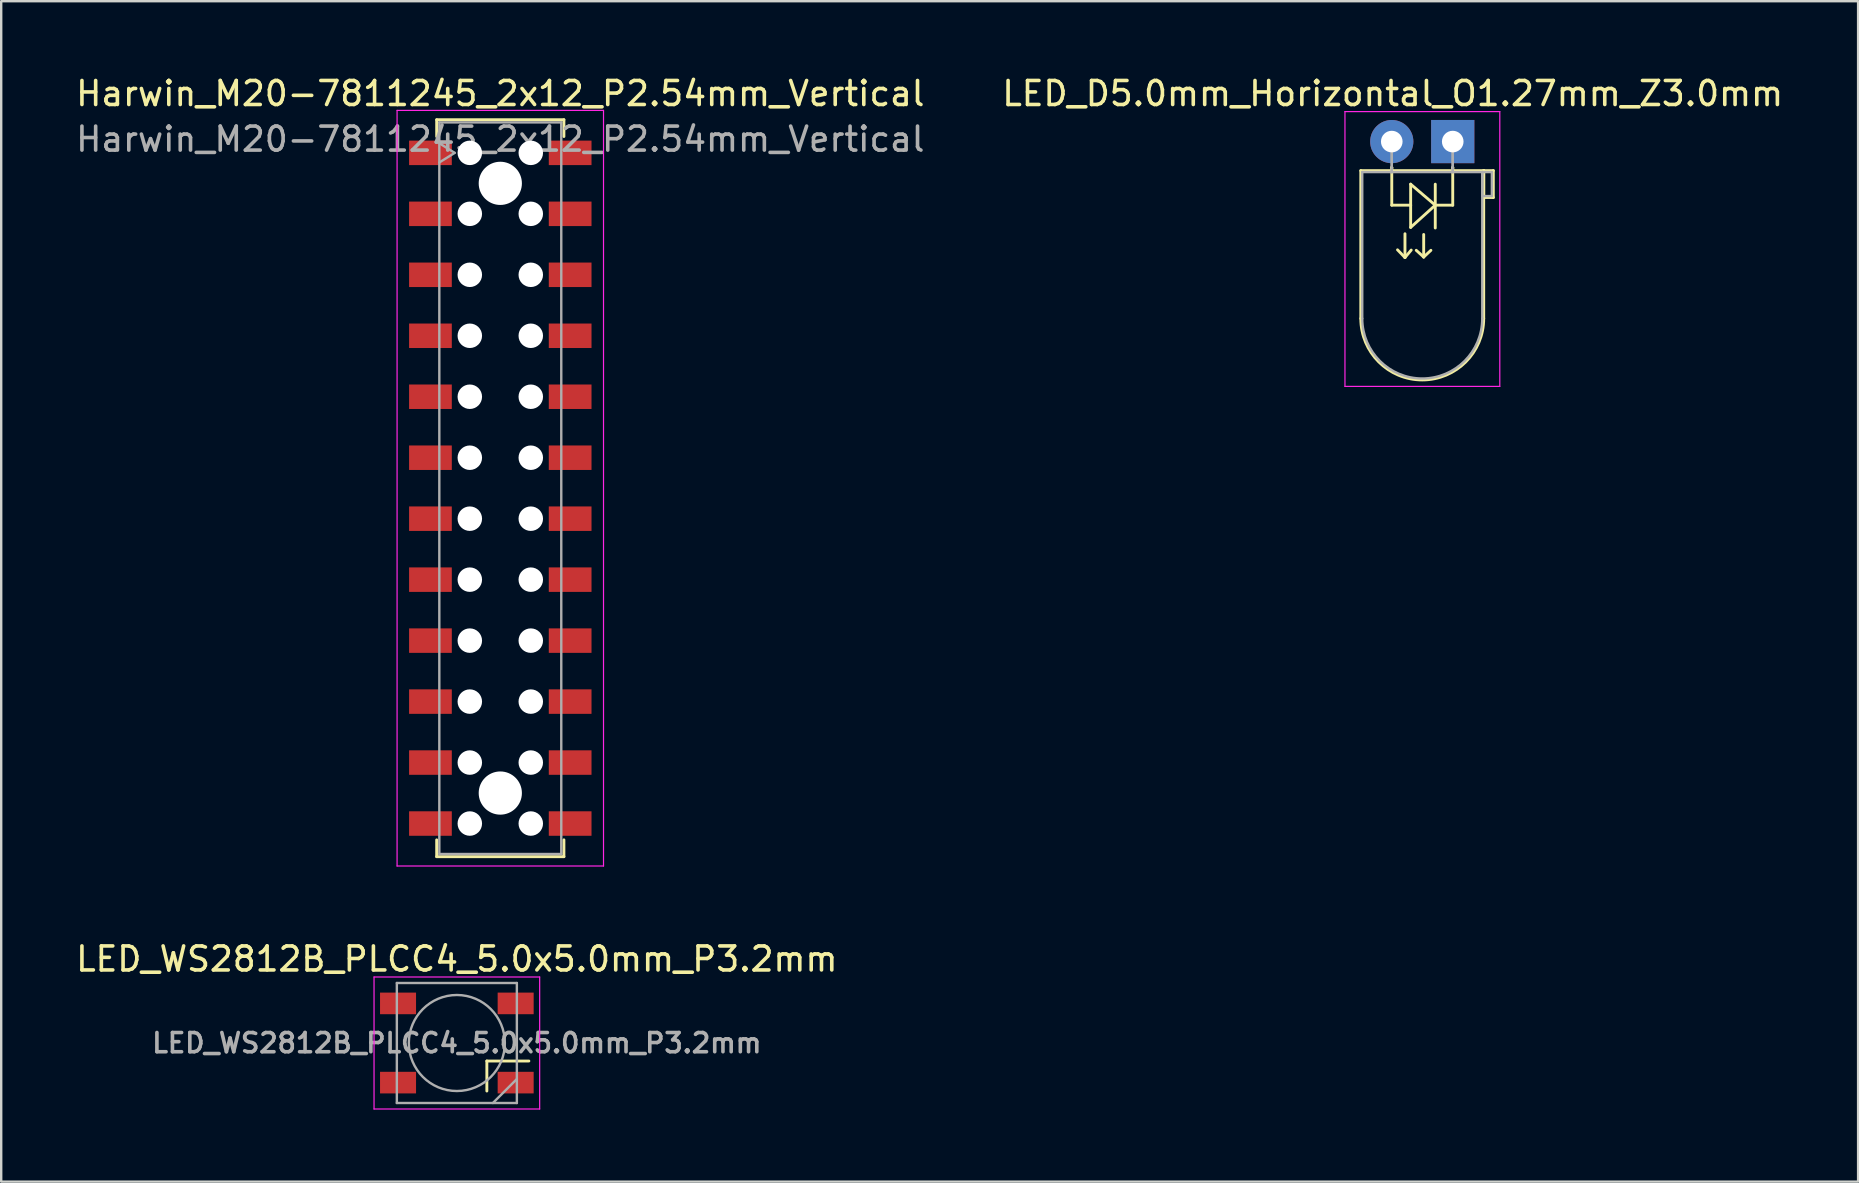
<source format=kicad_pcb>
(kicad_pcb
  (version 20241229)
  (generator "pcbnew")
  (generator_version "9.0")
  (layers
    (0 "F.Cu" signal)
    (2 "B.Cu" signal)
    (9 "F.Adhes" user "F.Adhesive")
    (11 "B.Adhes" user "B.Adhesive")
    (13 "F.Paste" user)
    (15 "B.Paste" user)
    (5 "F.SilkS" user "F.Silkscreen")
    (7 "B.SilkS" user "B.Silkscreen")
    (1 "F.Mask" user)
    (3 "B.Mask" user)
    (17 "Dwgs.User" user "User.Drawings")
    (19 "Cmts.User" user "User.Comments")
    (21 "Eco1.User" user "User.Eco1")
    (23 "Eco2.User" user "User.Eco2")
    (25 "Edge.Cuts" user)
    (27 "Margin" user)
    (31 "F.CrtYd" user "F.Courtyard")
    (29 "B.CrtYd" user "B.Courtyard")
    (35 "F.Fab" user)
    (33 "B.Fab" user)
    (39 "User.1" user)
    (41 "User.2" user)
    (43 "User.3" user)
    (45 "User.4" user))
  (footprint "LED_WS2812B_PLCC4_5.0x5.0mm_P3.2mm"
    (layer "F.Cu")
    (at 15.982 40.401)
    (property "Reference" "LED_WS2812B_PLCC4_5.0x5.0mm_P3.2mm" (at 0 -3.5 0) (layer "F.SilkS") (effects (font (size 1 1) (thickness 0.15))))
    (attr smd)
    (fp_line (start 1.25 0.75) (end 3 0.75) (stroke (width 0.12) (type solid)) (layer "F.SilkS"))
    (fp_line (start 1.25 2) (end 1.25 0.75) (stroke (width 0.12) (type solid)) (layer "F.SilkS"))
    (fp_line (start -3.45 -2.75) (end -3.45 2.75) (stroke (width 0.05) (type solid)) (layer "F.CrtYd"))
    (fp_line (start -3.45 2.75) (end 3.45 2.75) (stroke (width 0.05) (type solid)) (layer "F.CrtYd"))
    (fp_line (start 3.45 -2.75) (end -3.45 -2.75) (stroke (width 0.05) (type solid)) (layer "F.CrtYd"))
    (fp_line (start 3.45 2.75) (end 3.45 -2.75) (stroke (width 0.05) (type solid)) (layer "F.CrtYd"))
    (fp_line (start -2.5 -2.5) (end -2.5 2.5) (stroke (width 0.1) (type solid)) (layer "F.Fab"))
    (fp_line (start -2.5 2.5) (end 2.5 2.5) (stroke (width 0.1) (type solid)) (layer "F.Fab"))
    (fp_line (start 2.5 -2.5) (end -2.5 -2.5) (stroke (width 0.1) (type solid)) (layer "F.Fab"))
    (fp_line (start 2.5 1.5) (end 1.5 2.5) (stroke (width 0.1) (type solid)) (layer "F.Fab"))
    (fp_line (start 2.5 2.5) (end 2.5 -2.5) (stroke (width 0.1) (type solid)) (layer "F.Fab"))
    (fp_circle (center 0 0) (end 0 -2) (stroke (width 0.1) (type solid)) (fill no) (layer "F.Fab"))
    (fp_text user "${REFERENCE}" (at 0 0 0) (layer "F.Fab") (effects (font (size 0.8 0.8) (thickness 0.15))))
    (pad "1" smd rect (at -2.45 -1.65) (size 1.5 0.9) (layers "F.Cu" "F.Mask" "F.Paste"))
    (pad "2" smd rect (at -2.45 1.65) (size 1.5 0.9) (layers "F.Cu" "F.Mask" "F.Paste"))
    (pad "3" smd rect (at 2.45 1.65) (size 1.5 0.9) (layers "F.Cu" "F.Mask" "F.Paste"))
    (pad "4" smd rect (at 2.45 -1.65) (size 1.5 0.9) (layers "F.Cu" "F.Mask" "F.Paste")))
  (footprint "LED_D5.0mm_Horizontal_O1.27mm_Z3.0mm"
    (layer "F.Cu")
    (at 54.93 2.848)
    (property "Reference" "LED_D5.0mm_Horizontal_O1.27mm_Z3.0mm" (at 0.04 -2 0) (layer "F.SilkS") (effects (font (size 1 1) (thickness 0.15))))
    (attr through_hole)
    (fp_line (start -1.29 1.21) (end -1.29 7.37) (stroke (width 0.12) (type solid)) (layer "F.SilkS"))
    (fp_line (start -1.29 1.21) (end 3.83 1.21) (stroke (width 0.12) (type solid)) (layer "F.SilkS"))
    (fp_line (start 0 1.08) (end 0 1.08) (stroke (width 0.12) (type solid)) (layer "F.SilkS"))
    (fp_line (start 0 1.08) (end 0 1.21) (stroke (width 0.12) (type solid)) (layer "F.SilkS"))
    (fp_line (start 0 1.21) (end 0 1.08) (stroke (width 0.12) (type solid)) (layer "F.SilkS"))
    (fp_line (start 0 1.21) (end 0 1.21) (stroke (width 0.12) (type solid)) (layer "F.SilkS"))
    (fp_line (start 0 1.21) (end 0 2.65) (stroke (width 0.12) (type default)) (layer "F.SilkS"))
    (fp_line (start 0 2.65) (end 0.787 2.65) (stroke (width 0.12) (type default)) (layer "F.SilkS"))
    (fp_line (start 0.55 3.84) (end 0.55 4.83) (stroke (width 0.12) (type default)) (layer "F.SilkS"))
    (fp_line (start 0.55 4.83) (end 0.24 4.51) (stroke (width 0.12) (type default)) (layer "F.SilkS"))
    (fp_line (start 0.55 4.83) (end 0.81 4.52) (stroke (width 0.12) (type default)) (layer "F.SilkS"))
    (fp_line (start 0.787 1.775) (end 1.812 2.65) (stroke (width 0.12) (type default)) (layer "F.SilkS"))
    (fp_line (start 0.787 2.65) (end 0.787 1.775) (stroke (width 0.12) (type default)) (layer "F.SilkS"))
    (fp_line (start 0.787 3.575) (end 0.787 2.65) (stroke (width 0.12) (type default)) (layer "F.SilkS"))
    (fp_line (start 1.33 3.87) (end 1.33 4.81) (stroke (width 0.12) (type default)) (layer "F.SilkS"))
    (fp_line (start 1.33 4.81) (end 1.02 4.53) (stroke (width 0.12) (type default)) (layer "F.SilkS"))
    (fp_line (start 1.63 4.53) (end 1.33 4.81) (stroke (width 0.12) (type default)) (layer "F.SilkS"))
    (fp_line (start 1.812 1.775) (end 1.812 2.65) (stroke (width 0.12) (type default)) (layer "F.SilkS"))
    (fp_line (start 1.812 2.65) (end 0.787 3.575) (stroke (width 0.12) (type default)) (layer "F.SilkS"))
    (fp_line (start 1.812 3.6) (end 1.812 2.65) (stroke (width 0.12) (type default)) (layer "F.SilkS"))
    (fp_line (start 2.54 1.08) (end 2.54 1.08) (stroke (width 0.12) (type solid)) (layer "F.SilkS"))
    (fp_line (start 2.54 1.08) (end 2.54 1.21) (stroke (width 0.12) (type solid)) (layer "F.SilkS"))
    (fp_line (start 2.54 1.21) (end 2.54 1.08) (stroke (width 0.12) (type solid)) (layer "F.SilkS"))
    (fp_line (start 2.54 1.21) (end 2.54 1.21) (stroke (width 0.12) (type solid)) (layer "F.SilkS"))
    (fp_line (start 2.54 1.21) (end 2.54 2.65) (stroke (width 0.12) (type default)) (layer "F.SilkS"))
    (fp_line (start 2.54 2.65) (end 1.812 2.65) (stroke (width 0.12) (type default)) (layer "F.SilkS"))
    (fp_line (start 3.83 1.21) (end 3.83 7.37) (stroke (width 0.12) (type solid)) (layer "F.SilkS"))
    (fp_line (start 3.83 1.21) (end 4.23 1.21) (stroke (width 0.12) (type solid)) (layer "F.SilkS"))
    (fp_line (start 3.83 2.33) (end 3.83 1.21) (stroke (width 0.12) (type solid)) (layer "F.SilkS"))
    (fp_line (start 4.23 1.21) (end 4.23 2.33) (stroke (width 0.12) (type solid)) (layer "F.SilkS"))
    (fp_line (start 4.23 2.33) (end 3.83 2.33) (stroke (width 0.12) (type solid)) (layer "F.SilkS"))
    (fp_arc (start 3.83 7.37) (mid 1.27 9.93) (end -1.29 7.37) (stroke (width 0.12) (type solid)) (layer "F.SilkS"))
    (fp_line (start -1.95 -1.25) (end -1.95 10.2) (stroke (width 0.05) (type solid)) (layer "F.CrtYd"))
    (fp_line (start -1.95 10.2) (end 4.5 10.2) (stroke (width 0.05) (type solid)) (layer "F.CrtYd"))
    (fp_line (start 4.5 -1.25) (end -1.95 -1.25) (stroke (width 0.05) (type solid)) (layer "F.CrtYd"))
    (fp_line (start 4.5 10.2) (end 4.5 -1.25) (stroke (width 0.05) (type solid)) (layer "F.CrtYd"))
    (fp_line (start -1.23 1.27) (end -1.23 7.37) (stroke (width 0.1) (type solid)) (layer "F.Fab"))
    (fp_line (start -1.23 1.27) (end 3.77 1.27) (stroke (width 0.1) (type solid)) (layer "F.Fab"))
    (fp_line (start 0 0) (end 0 0) (stroke (width 0.1) (type solid)) (layer "F.Fab"))
    (fp_line (start 0 0) (end 0 1.27) (stroke (width 0.1) (type solid)) (layer "F.Fab"))
    (fp_line (start 0 1.27) (end 0 0) (stroke (width 0.1) (type solid)) (layer "F.Fab"))
    (fp_line (start 0 1.27) (end 0 1.27) (stroke (width 0.1) (type solid)) (layer "F.Fab"))
    (fp_line (start 2.54 0) (end 2.54 0) (stroke (width 0.1) (type solid)) (layer "F.Fab"))
    (fp_line (start 2.54 0) (end 2.54 1.27) (stroke (width 0.1) (type solid)) (layer "F.Fab"))
    (fp_line (start 2.54 1.27) (end 2.54 0) (stroke (width 0.1) (type solid)) (layer "F.Fab"))
    (fp_line (start 2.54 1.27) (end 2.54 1.27) (stroke (width 0.1) (type solid)) (layer "F.Fab"))
    (fp_line (start 3.77 1.27) (end 3.77 7.37) (stroke (width 0.1) (type solid)) (layer "F.Fab"))
    (fp_line (start 3.77 1.27) (end 4.17 1.27) (stroke (width 0.1) (type solid)) (layer "F.Fab"))
    (fp_line (start 3.77 2.27) (end 3.77 1.27) (stroke (width 0.1) (type solid)) (layer "F.Fab"))
    (fp_line (start 4.17 1.27) (end 4.17 2.27) (stroke (width 0.1) (type solid)) (layer "F.Fab"))
    (fp_line (start 4.17 2.27) (end 3.77 2.27) (stroke (width 0.1) (type solid)) (layer "F.Fab"))
    (fp_arc (start 3.77 7.37) (mid 1.27 9.87) (end -1.23 7.37) (stroke (width 0.1) (type solid)) (layer "F.Fab"))
    (pad "1" thru_hole rect (at 2.54 0) (size 1.8 1.8) (drill 0.9) (layers "*.Cu" "*.Mask"))
    (pad "2" thru_hole circle (at 0 0) (size 1.8 1.8) (drill 0.9) (layers "*.Cu" "*.Mask")))
  (footprint "Harwin_M20-7811245_2x12_P2.54mm_Vertical"
    (layer "F.Cu")
    (at 17.792 17.288)
    (property "Reference" "Harwin_M20-7811245_2x12_P2.54mm_Vertical" (at 0 -16.44 0) (layer "F.SilkS") (effects (font (size 1 1) (thickness 0.15))))
    (attr smd)
    (fp_line (start -2.65 -15.35) (end 2.65 -15.35) (stroke (width 0.12) (type solid)) (layer "F.SilkS"))
    (fp_line (start -2.65 -14.65) (end -2.65 -15.35) (stroke (width 0.12) (type solid)) (layer "F.SilkS"))
    (fp_line (start -2.65 14.65) (end -2.65 15.35) (stroke (width 0.12) (type solid)) (layer "F.SilkS"))
    (fp_line (start -2.65 15.35) (end 2.65 15.35) (stroke (width 0.12) (type solid)) (layer "F.SilkS"))
    (fp_line (start 2.65 -15.35) (end 2.65 -14.65) (stroke (width 0.12) (type solid)) (layer "F.SilkS"))
    (fp_line (start 2.65 15.35) (end 2.65 14.65) (stroke (width 0.12) (type solid)) (layer "F.SilkS"))
    (fp_line (start -4.3 -15.74) (end 4.3 -15.74) (stroke (width 0.05) (type solid)) (layer "F.CrtYd"))
    (fp_line (start -4.3 15.74) (end -4.3 -15.74) (stroke (width 0.05) (type solid)) (layer "F.CrtYd"))
    (fp_line (start 4.3 -15.74) (end 4.3 15.74) (stroke (width 0.05) (type solid)) (layer "F.CrtYd"))
    (fp_line (start 4.3 15.74) (end -4.3 15.74) (stroke (width 0.05) (type solid)) (layer "F.CrtYd"))
    (fp_line (start -2.54 -15.24) (end 2.54 -15.24) (stroke (width 0.1) (type solid)) (layer "F.Fab"))
    (fp_line (start -2.54 -14.37) (end -1.9 -13.97) (stroke (width 0.1) (type solid)) (layer "F.Fab"))
    (fp_line (start -2.54 15.24) (end -2.54 -15.24) (stroke (width 0.1) (type solid)) (layer "F.Fab"))
    (fp_line (start -1.9 -13.97) (end -2.54 -13.57) (stroke (width 0.1) (type solid)) (layer "F.Fab"))
    (fp_line (start 2.54 -15.24) (end 2.54 15.24) (stroke (width 0.1) (type solid)) (layer "F.Fab"))
    (fp_line (start 2.54 15.24) (end -2.54 15.24) (stroke (width 0.1) (type solid)) (layer "F.Fab"))
    (fp_text user "${REFERENCE}" (at 0 -14.54 0) (layer "F.Fab") (effects (font (size 1 1) (thickness 0.15))))
    (pad "" np_thru_hole circle (at -1.27 -13.97) (size 1.02 1.02) (drill 1.02) (layers "*.Cu" "*.Mask"))
    (pad "" np_thru_hole circle (at -1.27 -11.43) (size 1.02 1.02) (drill 1.02) (layers "*.Cu" "*.Mask"))
    (pad "" np_thru_hole circle (at -1.27 -8.89) (size 1.02 1.02) (drill 1.02) (layers "*.Cu" "*.Mask"))
    (pad "" np_thru_hole circle (at -1.27 -6.35) (size 1.02 1.02) (drill 1.02) (layers "*.Cu" "*.Mask"))
    (pad "" np_thru_hole circle (at -1.27 -3.81) (size 1.02 1.02) (drill 1.02) (layers "*.Cu" "*.Mask"))
    (pad "" np_thru_hole circle (at -1.27 -1.27) (size 1.02 1.02) (drill 1.02) (layers "*.Cu" "*.Mask"))
    (pad "" np_thru_hole circle (at -1.27 1.27) (size 1.02 1.02) (drill 1.02) (layers "*.Cu" "*.Mask"))
    (pad "" np_thru_hole circle (at -1.27 3.81) (size 1.02 1.02) (drill 1.02) (layers "*.Cu" "*.Mask"))
    (pad "" np_thru_hole circle (at -1.27 6.35) (size 1.02 1.02) (drill 1.02) (layers "*.Cu" "*.Mask"))
    (pad "" np_thru_hole circle (at -1.27 8.89) (size 1.02 1.02) (drill 1.02) (layers "*.Cu" "*.Mask"))
    (pad "" np_thru_hole circle (at -1.27 11.43) (size 1.02 1.02) (drill 1.02) (layers "*.Cu" "*.Mask"))
    (pad "" np_thru_hole circle (at -1.27 13.97) (size 1.02 1.02) (drill 1.02) (layers "*.Cu" "*.Mask"))
    (pad "" np_thru_hole circle (at 0 -12.7) (size 1.8 1.8) (drill 1.8) (layers "*.Cu" "*.Mask"))
    (pad "" np_thru_hole circle (at 0 12.7) (size 1.8 1.8) (drill 1.8) (layers "*.Cu" "*.Mask"))
    (pad "" np_thru_hole circle (at 1.27 -13.97) (size 1.02 1.02) (drill 1.02) (layers "*.Cu" "*.Mask"))
    (pad "" np_thru_hole circle (at 1.27 -11.43) (size 1.02 1.02) (drill 1.02) (layers "*.Cu" "*.Mask"))
    (pad "" np_thru_hole circle (at 1.27 -8.89) (size 1.02 1.02) (drill 1.02) (layers "*.Cu" "*.Mask"))
    (pad "" np_thru_hole circle (at 1.27 -6.35) (size 1.02 1.02) (drill 1.02) (layers "*.Cu" "*.Mask"))
    (pad "" np_thru_hole circle (at 1.27 -3.81) (size 1.02 1.02) (drill 1.02) (layers "*.Cu" "*.Mask"))
    (pad "" np_thru_hole circle (at 1.27 -1.27) (size 1.02 1.02) (drill 1.02) (layers "*.Cu" "*.Mask"))
    (pad "" np_thru_hole circle (at 1.27 1.27) (size 1.02 1.02) (drill 1.02) (layers "*.Cu" "*.Mask"))
    (pad "" np_thru_hole circle (at 1.27 3.81) (size 1.02 1.02) (drill 1.02) (layers "*.Cu" "*.Mask"))
    (pad "" np_thru_hole circle (at 1.27 6.35) (size 1.02 1.02) (drill 1.02) (layers "*.Cu" "*.Mask"))
    (pad "" np_thru_hole circle (at 1.27 8.89) (size 1.02 1.02) (drill 1.02) (layers "*.Cu" "*.Mask"))
    (pad "" np_thru_hole circle (at 1.27 11.43) (size 1.02 1.02) (drill 1.02) (layers "*.Cu" "*.Mask"))
    (pad "" np_thru_hole circle (at 1.27 13.97) (size 1.02 1.02) (drill 1.02) (layers "*.Cu" "*.Mask"))
    (pad "1" smd rect (at -2.91 -13.97) (size 1.78 1.02) (layers "F.Cu" "F.Mask" "F.Paste"))
    (pad "2" smd rect (at -2.91 -11.43) (size 1.78 1.02) (layers "F.Cu" "F.Mask" "F.Paste"))
    (pad "3" smd rect (at -2.91 -8.89) (size 1.78 1.02) (layers "F.Cu" "F.Mask" "F.Paste"))
    (pad "4" smd rect (at -2.91 -6.35) (size 1.78 1.02) (layers "F.Cu" "F.Mask" "F.Paste"))
    (pad "5" smd rect (at -2.91 -3.81) (size 1.78 1.02) (layers "F.Cu" "F.Mask" "F.Paste"))
    (pad "6" smd rect (at -2.91 -1.27) (size 1.78 1.02) (layers "F.Cu" "F.Mask" "F.Paste"))
    (pad "7" smd rect (at -2.91 1.27) (size 1.78 1.02) (layers "F.Cu" "F.Mask" "F.Paste"))
    (pad "8" smd rect (at -2.91 3.81) (size 1.78 1.02) (layers "F.Cu" "F.Mask" "F.Paste"))
    (pad "9" smd rect (at -2.91 6.35) (size 1.78 1.02) (layers "F.Cu" "F.Mask" "F.Paste"))
    (pad "10" smd rect (at -2.91 8.89) (size 1.78 1.02) (layers "F.Cu" "F.Mask" "F.Paste"))
    (pad "11" smd rect (at -2.91 11.43) (size 1.78 1.02) (layers "F.Cu" "F.Mask" "F.Paste"))
    (pad "12" smd rect (at -2.91 13.97) (size 1.78 1.02) (layers "F.Cu" "F.Mask" "F.Paste"))
    (pad "13" smd rect (at 2.91 -13.97) (size 1.78 1.02) (layers "F.Cu" "F.Mask" "F.Paste"))
    (pad "14" smd rect (at 2.91 -11.43) (size 1.78 1.02) (layers "F.Cu" "F.Mask" "F.Paste"))
    (pad "15" smd rect (at 2.91 -8.89) (size 1.78 1.02) (layers "F.Cu" "F.Mask" "F.Paste"))
    (pad "16" smd rect (at 2.91 -6.35) (size 1.78 1.02) (layers "F.Cu" "F.Mask" "F.Paste"))
    (pad "17" smd rect (at 2.91 -3.81) (size 1.78 1.02) (layers "F.Cu" "F.Mask" "F.Paste"))
    (pad "18" smd rect (at 2.91 -1.27) (size 1.78 1.02) (layers "F.Cu" "F.Mask" "F.Paste"))
    (pad "19" smd rect (at 2.91 1.27) (size 1.78 1.02) (layers "F.Cu" "F.Mask" "F.Paste"))
    (pad "20" smd rect (at 2.91 3.81) (size 1.78 1.02) (layers "F.Cu" "F.Mask" "F.Paste"))
    (pad "21" smd rect (at 2.91 6.35) (size 1.78 1.02) (layers "F.Cu" "F.Mask" "F.Paste"))
    (pad "22" smd rect (at 2.91 8.89) (size 1.78 1.02) (layers "F.Cu" "F.Mask" "F.Paste"))
    (pad "23" smd rect (at 2.91 11.43) (size 1.78 1.02) (layers "F.Cu" "F.Mask" "F.Paste"))
    (pad "24" smd rect (at 2.91 13.97) (size 1.78 1.02) (layers "F.Cu" "F.Mask" "F.Paste")))
  (gr_rect
    (start -3 -3)
    (end 74.357 46.176)
    (stroke (width 0.1) (type default))
    (fill no)
    (layer "Edge.Cuts")))
</source>
